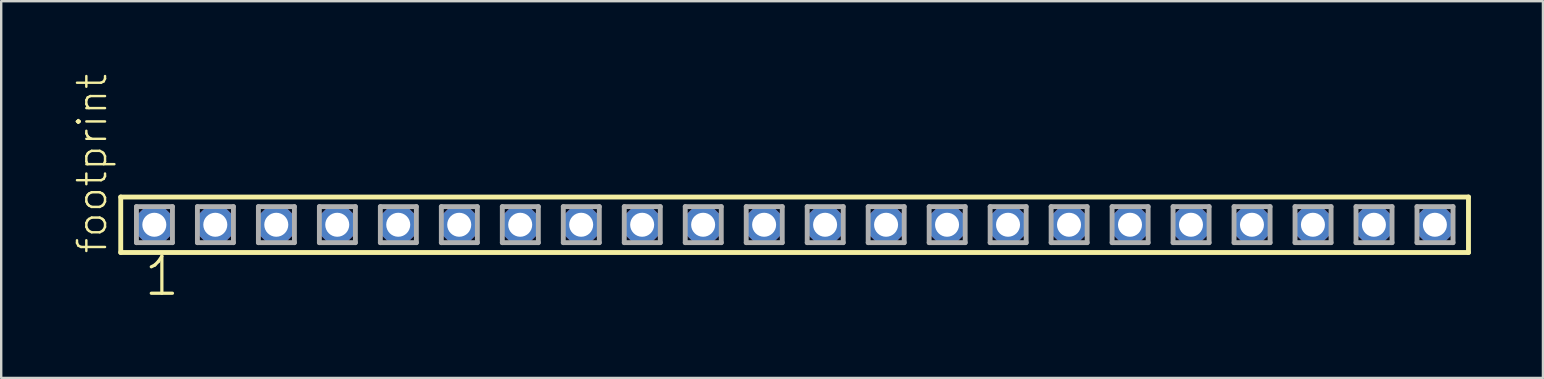
<source format=kicad_pcb>
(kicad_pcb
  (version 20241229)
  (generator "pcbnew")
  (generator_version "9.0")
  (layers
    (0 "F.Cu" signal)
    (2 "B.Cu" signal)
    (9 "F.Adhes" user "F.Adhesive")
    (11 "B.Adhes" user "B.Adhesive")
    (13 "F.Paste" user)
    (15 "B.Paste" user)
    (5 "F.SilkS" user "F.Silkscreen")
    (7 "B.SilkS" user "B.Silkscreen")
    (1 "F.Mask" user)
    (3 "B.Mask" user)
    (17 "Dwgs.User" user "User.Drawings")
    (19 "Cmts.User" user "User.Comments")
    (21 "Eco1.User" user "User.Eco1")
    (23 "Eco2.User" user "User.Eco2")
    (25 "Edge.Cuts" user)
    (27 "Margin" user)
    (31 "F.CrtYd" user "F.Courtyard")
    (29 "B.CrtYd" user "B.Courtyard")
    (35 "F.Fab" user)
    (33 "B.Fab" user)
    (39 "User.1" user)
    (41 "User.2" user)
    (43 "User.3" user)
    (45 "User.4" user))
  (footprint "footprint"
    (layer "F.Cu")
    (at 30.048 6.312)
    (property "Reference" "footprint" (at -28.575 1.27 90) (layer "F.SilkS") (effects (font (size 1.168 1.168) (thickness 0.102)) (justify left bottom)))
    (fp_line (start -28.069 -1.155) (end 28.069 -1.155) (stroke (width 0.203) (type solid)) (layer "F.SilkS"))
    (fp_line (start -28.069 1.155) (end -28.069 -1.155) (stroke (width 0.203) (type solid)) (layer "F.SilkS"))
    (fp_line (start 28.069 -1.155) (end 28.069 1.155) (stroke (width 0.203) (type solid)) (layer "F.SilkS"))
    (fp_line (start 28.069 1.155) (end -28.069 1.155) (stroke (width 0.203) (type solid)) (layer "F.SilkS"))
    (fp_line (start -27.415 -0.755) (end -25.915 -0.755) (stroke (width 0.203) (type solid)) (layer "F.Fab"))
    (fp_line (start -27.415 0.745) (end -27.415 -0.755) (stroke (width 0.203) (type solid)) (layer "F.Fab"))
    (fp_line (start -25.915 -0.755) (end -25.915 0.745) (stroke (width 0.203) (type solid)) (layer "F.Fab"))
    (fp_line (start -25.915 0.745) (end -27.415 0.745) (stroke (width 0.203) (type solid)) (layer "F.Fab"))
    (fp_line (start -24.875 -0.755) (end -23.375 -0.755) (stroke (width 0.203) (type solid)) (layer "F.Fab"))
    (fp_line (start -24.875 0.745) (end -24.875 -0.755) (stroke (width 0.203) (type solid)) (layer "F.Fab"))
    (fp_line (start -23.375 -0.755) (end -23.375 0.745) (stroke (width 0.203) (type solid)) (layer "F.Fab"))
    (fp_line (start -23.375 0.745) (end -24.875 0.745) (stroke (width 0.203) (type solid)) (layer "F.Fab"))
    (fp_line (start -22.335 -0.755) (end -20.835 -0.755) (stroke (width 0.203) (type solid)) (layer "F.Fab"))
    (fp_line (start -22.335 0.745) (end -22.335 -0.755) (stroke (width 0.203) (type solid)) (layer "F.Fab"))
    (fp_line (start -20.835 -0.755) (end -20.835 0.745) (stroke (width 0.203) (type solid)) (layer "F.Fab"))
    (fp_line (start -20.835 0.745) (end -22.335 0.745) (stroke (width 0.203) (type solid)) (layer "F.Fab"))
    (fp_line (start -19.795 -0.755) (end -18.295 -0.755) (stroke (width 0.203) (type solid)) (layer "F.Fab"))
    (fp_line (start -19.795 0.745) (end -19.795 -0.755) (stroke (width 0.203) (type solid)) (layer "F.Fab"))
    (fp_line (start -18.295 -0.755) (end -18.295 0.745) (stroke (width 0.203) (type solid)) (layer "F.Fab"))
    (fp_line (start -18.295 0.745) (end -19.795 0.745) (stroke (width 0.203) (type solid)) (layer "F.Fab"))
    (fp_line (start -17.255 -0.755) (end -15.755 -0.755) (stroke (width 0.203) (type solid)) (layer "F.Fab"))
    (fp_line (start -17.255 0.745) (end -17.255 -0.755) (stroke (width 0.203) (type solid)) (layer "F.Fab"))
    (fp_line (start -15.755 -0.755) (end -15.755 0.745) (stroke (width 0.203) (type solid)) (layer "F.Fab"))
    (fp_line (start -15.755 0.745) (end -17.255 0.745) (stroke (width 0.203) (type solid)) (layer "F.Fab"))
    (fp_line (start -14.715 -0.755) (end -13.215 -0.755) (stroke (width 0.203) (type solid)) (layer "F.Fab"))
    (fp_line (start -14.715 0.745) (end -14.715 -0.755) (stroke (width 0.203) (type solid)) (layer "F.Fab"))
    (fp_line (start -13.215 -0.755) (end -13.215 0.745) (stroke (width 0.203) (type solid)) (layer "F.Fab"))
    (fp_line (start -13.215 0.745) (end -14.715 0.745) (stroke (width 0.203) (type solid)) (layer "F.Fab"))
    (fp_line (start -12.175 -0.755) (end -10.675 -0.755) (stroke (width 0.203) (type solid)) (layer "F.Fab"))
    (fp_line (start -12.175 0.745) (end -12.175 -0.755) (stroke (width 0.203) (type solid)) (layer "F.Fab"))
    (fp_line (start -10.675 -0.755) (end -10.675 0.745) (stroke (width 0.203) (type solid)) (layer "F.Fab"))
    (fp_line (start -10.675 0.745) (end -12.175 0.745) (stroke (width 0.203) (type solid)) (layer "F.Fab"))
    (fp_line (start -9.635 -0.755) (end -8.135 -0.755) (stroke (width 0.203) (type solid)) (layer "F.Fab"))
    (fp_line (start -9.635 0.745) (end -9.635 -0.755) (stroke (width 0.203) (type solid)) (layer "F.Fab"))
    (fp_line (start -8.135 -0.755) (end -8.135 0.745) (stroke (width 0.203) (type solid)) (layer "F.Fab"))
    (fp_line (start -8.135 0.745) (end -9.635 0.745) (stroke (width 0.203) (type solid)) (layer "F.Fab"))
    (fp_line (start -7.095 -0.755) (end -5.595 -0.755) (stroke (width 0.203) (type solid)) (layer "F.Fab"))
    (fp_line (start -7.095 0.745) (end -7.095 -0.755) (stroke (width 0.203) (type solid)) (layer "F.Fab"))
    (fp_line (start -5.595 -0.755) (end -5.595 0.745) (stroke (width 0.203) (type solid)) (layer "F.Fab"))
    (fp_line (start -5.595 0.745) (end -7.095 0.745) (stroke (width 0.203) (type solid)) (layer "F.Fab"))
    (fp_line (start -4.555 -0.755) (end -3.055 -0.755) (stroke (width 0.203) (type solid)) (layer "F.Fab"))
    (fp_line (start -4.555 0.745) (end -4.555 -0.755) (stroke (width 0.203) (type solid)) (layer "F.Fab"))
    (fp_line (start -3.055 -0.755) (end -3.055 0.745) (stroke (width 0.203) (type solid)) (layer "F.Fab"))
    (fp_line (start -3.055 0.745) (end -4.555 0.745) (stroke (width 0.203) (type solid)) (layer "F.Fab"))
    (fp_line (start -2.015 -0.755) (end -0.515 -0.755) (stroke (width 0.203) (type solid)) (layer "F.Fab"))
    (fp_line (start -2.015 0.745) (end -2.015 -0.755) (stroke (width 0.203) (type solid)) (layer "F.Fab"))
    (fp_line (start -0.515 -0.755) (end -0.515 0.745) (stroke (width 0.203) (type solid)) (layer "F.Fab"))
    (fp_line (start -0.515 0.745) (end -2.015 0.745) (stroke (width 0.203) (type solid)) (layer "F.Fab"))
    (fp_line (start 0.525 -0.755) (end 2.025 -0.755) (stroke (width 0.203) (type solid)) (layer "F.Fab"))
    (fp_line (start 0.525 0.745) (end 0.525 -0.755) (stroke (width 0.203) (type solid)) (layer "F.Fab"))
    (fp_line (start 2.025 -0.755) (end 2.025 0.745) (stroke (width 0.203) (type solid)) (layer "F.Fab"))
    (fp_line (start 2.025 0.745) (end 0.525 0.745) (stroke (width 0.203) (type solid)) (layer "F.Fab"))
    (fp_line (start 3.065 -0.755) (end 4.565 -0.755) (stroke (width 0.203) (type solid)) (layer "F.Fab"))
    (fp_line (start 3.065 0.745) (end 3.065 -0.755) (stroke (width 0.203) (type solid)) (layer "F.Fab"))
    (fp_line (start 4.565 -0.755) (end 4.565 0.745) (stroke (width 0.203) (type solid)) (layer "F.Fab"))
    (fp_line (start 4.565 0.745) (end 3.065 0.745) (stroke (width 0.203) (type solid)) (layer "F.Fab"))
    (fp_line (start 5.605 -0.755) (end 7.105 -0.755) (stroke (width 0.203) (type solid)) (layer "F.Fab"))
    (fp_line (start 5.605 0.745) (end 5.605 -0.755) (stroke (width 0.203) (type solid)) (layer "F.Fab"))
    (fp_line (start 7.105 -0.755) (end 7.105 0.745) (stroke (width 0.203) (type solid)) (layer "F.Fab"))
    (fp_line (start 7.105 0.745) (end 5.605 0.745) (stroke (width 0.203) (type solid)) (layer "F.Fab"))
    (fp_line (start 8.145 -0.755) (end 9.645 -0.755) (stroke (width 0.203) (type solid)) (layer "F.Fab"))
    (fp_line (start 8.145 0.745) (end 8.145 -0.755) (stroke (width 0.203) (type solid)) (layer "F.Fab"))
    (fp_line (start 9.645 -0.755) (end 9.645 0.745) (stroke (width 0.203) (type solid)) (layer "F.Fab"))
    (fp_line (start 9.645 0.745) (end 8.145 0.745) (stroke (width 0.203) (type solid)) (layer "F.Fab"))
    (fp_line (start 10.685 -0.755) (end 12.185 -0.755) (stroke (width 0.203) (type solid)) (layer "F.Fab"))
    (fp_line (start 10.685 0.745) (end 10.685 -0.755) (stroke (width 0.203) (type solid)) (layer "F.Fab"))
    (fp_line (start 12.185 -0.755) (end 12.185 0.745) (stroke (width 0.203) (type solid)) (layer "F.Fab"))
    (fp_line (start 12.185 0.745) (end 10.685 0.745) (stroke (width 0.203) (type solid)) (layer "F.Fab"))
    (fp_line (start 13.225 -0.755) (end 14.725 -0.755) (stroke (width 0.203) (type solid)) (layer "F.Fab"))
    (fp_line (start 13.225 0.745) (end 13.225 -0.755) (stroke (width 0.203) (type solid)) (layer "F.Fab"))
    (fp_line (start 14.725 -0.755) (end 14.725 0.745) (stroke (width 0.203) (type solid)) (layer "F.Fab"))
    (fp_line (start 14.725 0.745) (end 13.225 0.745) (stroke (width 0.203) (type solid)) (layer "F.Fab"))
    (fp_line (start 15.765 -0.755) (end 17.265 -0.755) (stroke (width 0.203) (type solid)) (layer "F.Fab"))
    (fp_line (start 15.765 0.745) (end 15.765 -0.755) (stroke (width 0.203) (type solid)) (layer "F.Fab"))
    (fp_line (start 17.265 -0.755) (end 17.265 0.745) (stroke (width 0.203) (type solid)) (layer "F.Fab"))
    (fp_line (start 17.265 0.745) (end 15.765 0.745) (stroke (width 0.203) (type solid)) (layer "F.Fab"))
    (fp_line (start 18.305 -0.755) (end 19.805 -0.755) (stroke (width 0.203) (type solid)) (layer "F.Fab"))
    (fp_line (start 18.305 0.745) (end 18.305 -0.755) (stroke (width 0.203) (type solid)) (layer "F.Fab"))
    (fp_line (start 19.805 -0.755) (end 19.805 0.745) (stroke (width 0.203) (type solid)) (layer "F.Fab"))
    (fp_line (start 19.805 0.745) (end 18.305 0.745) (stroke (width 0.203) (type solid)) (layer "F.Fab"))
    (fp_line (start 20.845 -0.755) (end 22.345 -0.755) (stroke (width 0.203) (type solid)) (layer "F.Fab"))
    (fp_line (start 20.845 0.745) (end 20.845 -0.755) (stroke (width 0.203) (type solid)) (layer "F.Fab"))
    (fp_line (start 22.345 -0.755) (end 22.345 0.745) (stroke (width 0.203) (type solid)) (layer "F.Fab"))
    (fp_line (start 22.345 0.745) (end 20.845 0.745) (stroke (width 0.203) (type solid)) (layer "F.Fab"))
    (fp_line (start 23.385 -0.755) (end 24.885 -0.755) (stroke (width 0.203) (type solid)) (layer "F.Fab"))
    (fp_line (start 23.385 0.745) (end 23.385 -0.755) (stroke (width 0.203) (type solid)) (layer "F.Fab"))
    (fp_line (start 24.885 -0.755) (end 24.885 0.745) (stroke (width 0.203) (type solid)) (layer "F.Fab"))
    (fp_line (start 24.885 0.745) (end 23.385 0.745) (stroke (width 0.203) (type solid)) (layer "F.Fab"))
    (fp_line (start 25.925 -0.755) (end 27.425 -0.755) (stroke (width 0.203) (type solid)) (layer "F.Fab"))
    (fp_line (start 25.925 0.745) (end 25.925 -0.755) (stroke (width 0.203) (type solid)) (layer "F.Fab"))
    (fp_line (start 27.425 -0.755) (end 27.425 0.745) (stroke (width 0.203) (type solid)) (layer "F.Fab"))
    (fp_line (start 27.425 0.745) (end 25.925 0.745) (stroke (width 0.203) (type solid)) (layer "F.Fab"))
    (fp_text user "1" (at -27.178 3.048 0) (layer "F.SilkS") (effects (font (size 1.542 1.542) (thickness 0.134)) (justify left bottom)))
    (pad "1" thru_hole roundrect (at -26.67 0) (size 1.5 1.5) (drill 1) (layers "*.Cu" "*.Mask") (roundrect_rratio 0.25) (chamfer_ratio 0.25) (chamfer top_left top_right bottom_left bottom_right))
    (pad "2" thru_hole roundrect (at -24.13 0) (size 1.5 1.5) (drill 1) (layers "*.Cu" "*.Mask") (roundrect_rratio 0.25) (chamfer_ratio 0.25) (chamfer top_left top_right bottom_left bottom_right))
    (pad "3" thru_hole roundrect (at -21.59 0) (size 1.5 1.5) (drill 1) (layers "*.Cu" "*.Mask") (roundrect_rratio 0.25) (chamfer_ratio 0.25) (chamfer top_left top_right bottom_left bottom_right))
    (pad "4" thru_hole roundrect (at -19.05 0) (size 1.5 1.5) (drill 1) (layers "*.Cu" "*.Mask") (roundrect_rratio 0.25) (chamfer_ratio 0.25) (chamfer top_left top_right bottom_left bottom_right))
    (pad "5" thru_hole roundrect (at -16.51 0) (size 1.5 1.5) (drill 1) (layers "*.Cu" "*.Mask") (roundrect_rratio 0.25) (chamfer_ratio 0.25) (chamfer top_left top_right bottom_left bottom_right))
    (pad "6" thru_hole roundrect (at -13.97 0) (size 1.5 1.5) (drill 1) (layers "*.Cu" "*.Mask") (roundrect_rratio 0.25) (chamfer_ratio 0.25) (chamfer top_left top_right bottom_left bottom_right))
    (pad "7" thru_hole roundrect (at -11.43 0) (size 1.5 1.5) (drill 1) (layers "*.Cu" "*.Mask") (roundrect_rratio 0.25) (chamfer_ratio 0.25) (chamfer top_left top_right bottom_left bottom_right))
    (pad "8" thru_hole roundrect (at -8.89 0) (size 1.5 1.5) (drill 1) (layers "*.Cu" "*.Mask") (roundrect_rratio 0.25) (chamfer_ratio 0.25) (chamfer top_left top_right bottom_left bottom_right))
    (pad "9" thru_hole roundrect (at -6.35 0) (size 1.5 1.5) (drill 1) (layers "*.Cu" "*.Mask") (roundrect_rratio 0.25) (chamfer_ratio 0.25) (chamfer top_left top_right bottom_left bottom_right))
    (pad "10" thru_hole roundrect (at -3.81 0) (size 1.5 1.5) (drill 1) (layers "*.Cu" "*.Mask") (roundrect_rratio 0.25) (chamfer_ratio 0.25) (chamfer top_left top_right bottom_left bottom_right))
    (pad "11" thru_hole roundrect (at -1.27 0) (size 1.5 1.5) (drill 1) (layers "*.Cu" "*.Mask") (roundrect_rratio 0.25) (chamfer_ratio 0.25) (chamfer top_left top_right bottom_left bottom_right))
    (pad "12" thru_hole roundrect (at 1.27 0) (size 1.5 1.5) (drill 1) (layers "*.Cu" "*.Mask") (roundrect_rratio 0.25) (chamfer_ratio 0.25) (chamfer top_left top_right bottom_left bottom_right))
    (pad "13" thru_hole roundrect (at 3.81 0) (size 1.5 1.5) (drill 1) (layers "*.Cu" "*.Mask") (roundrect_rratio 0.25) (chamfer_ratio 0.25) (chamfer top_left top_right bottom_left bottom_right))
    (pad "14" thru_hole roundrect (at 6.35 0) (size 1.5 1.5) (drill 1) (layers "*.Cu" "*.Mask") (roundrect_rratio 0.25) (chamfer_ratio 0.25) (chamfer top_left top_right bottom_left bottom_right))
    (pad "15" thru_hole roundrect (at 8.89 0) (size 1.5 1.5) (drill 1) (layers "*.Cu" "*.Mask") (roundrect_rratio 0.25) (chamfer_ratio 0.25) (chamfer top_left top_right bottom_left bottom_right))
    (pad "16" thru_hole roundrect (at 11.43 0) (size 1.5 1.5) (drill 1) (layers "*.Cu" "*.Mask") (roundrect_rratio 0.25) (chamfer_ratio 0.25) (chamfer top_left top_right bottom_left bottom_right))
    (pad "17" thru_hole roundrect (at 13.97 0) (size 1.5 1.5) (drill 1) (layers "*.Cu" "*.Mask") (roundrect_rratio 0.25) (chamfer_ratio 0.25) (chamfer top_left top_right bottom_left bottom_right))
    (pad "18" thru_hole roundrect (at 16.51 0) (size 1.5 1.5) (drill 1) (layers "*.Cu" "*.Mask") (roundrect_rratio 0.25) (chamfer_ratio 0.25) (chamfer top_left top_right bottom_left bottom_right))
    (pad "19" thru_hole roundrect (at 19.05 0) (size 1.5 1.5) (drill 1) (layers "*.Cu" "*.Mask") (roundrect_rratio 0.25) (chamfer_ratio 0.25) (chamfer top_left top_right bottom_left bottom_right))
    (pad "20" thru_hole roundrect (at 21.59 0) (size 1.5 1.5) (drill 1) (layers "*.Cu" "*.Mask") (roundrect_rratio 0.25) (chamfer_ratio 0.25) (chamfer top_left top_right bottom_left bottom_right))
    (pad "21" thru_hole roundrect (at 24.13 0) (size 1.5 1.5) (drill 1) (layers "*.Cu" "*.Mask") (roundrect_rratio 0.25) (chamfer_ratio 0.25) (chamfer top_left top_right bottom_left bottom_right))
    (pad "22" thru_hole roundrect (at 26.67 0) (size 1.5 1.5) (drill 1) (layers "*.Cu" "*.Mask") (roundrect_rratio 0.25) (chamfer_ratio 0.25) (chamfer top_left top_right bottom_left bottom_right)))
  (gr_rect
    (start -3 -3)
    (end 61.219 12.691)
    (stroke (width 0.1) (type default))
    (fill no)
    (layer "Edge.Cuts")))
</source>
